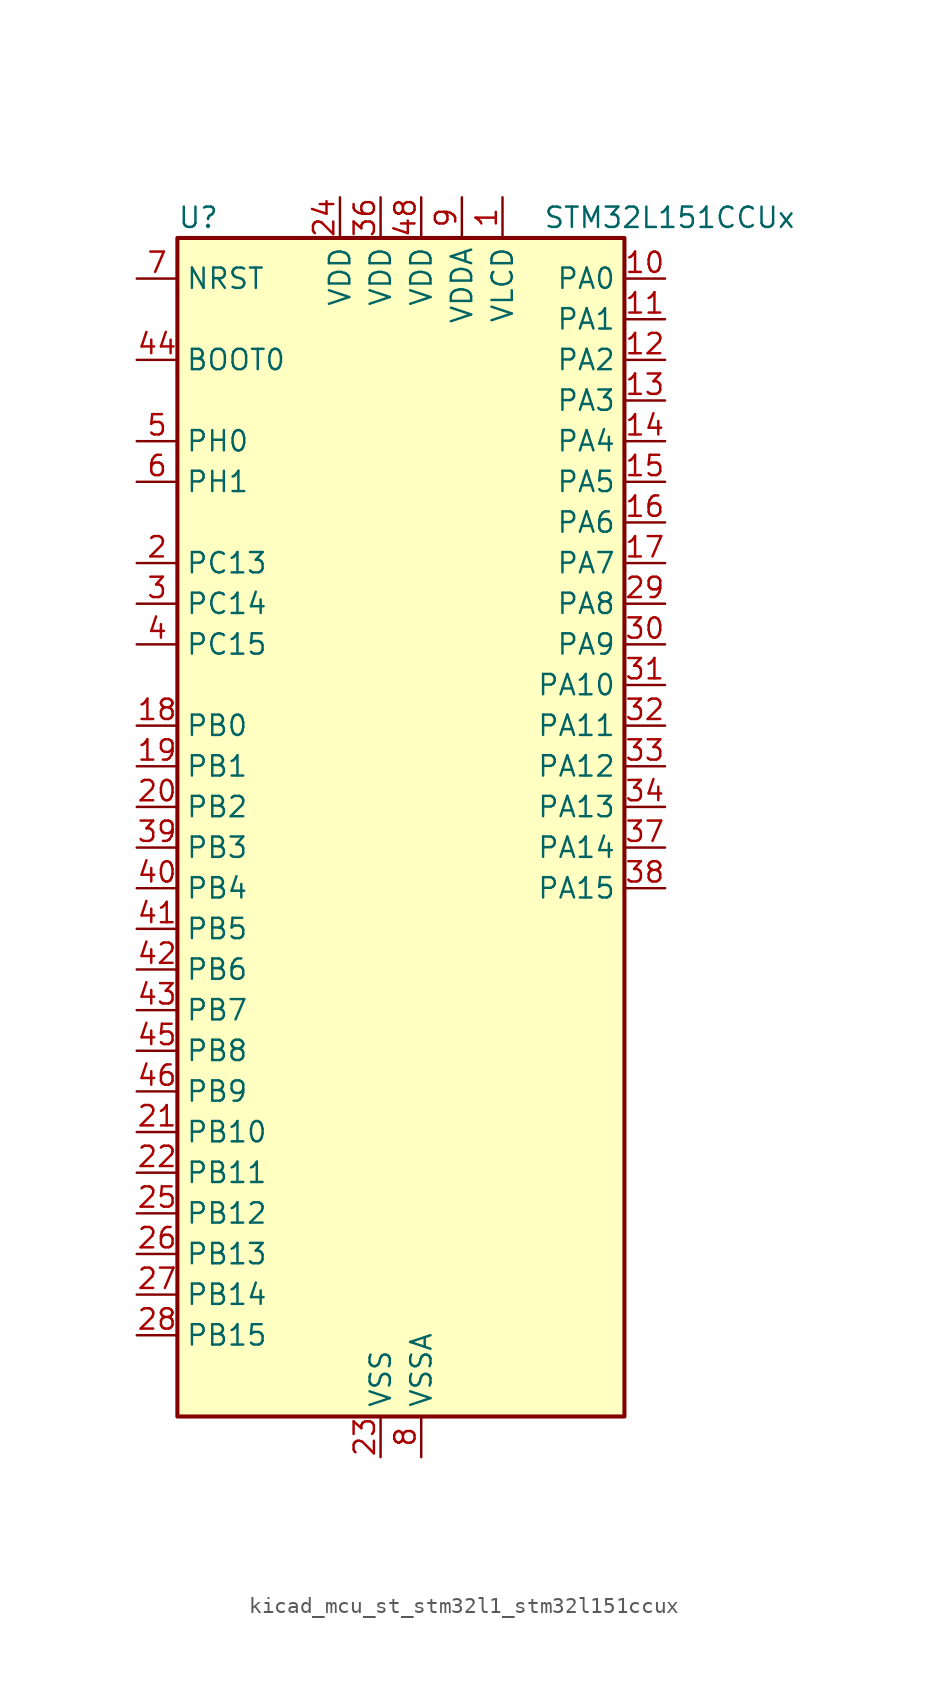
<source format=kicad_sym>
(kicad_symbol_lib
  (version 20220914)
  (generator kicad_symbol_editor)
  (symbol "kicad_mcu_st_stm32l1_stm32l151ccux"
    (property "Reference" "U"
      (at -12.7 39.37 0)
      (effects (font (size 1.27 1.27)) (justify left)))
    (property "Value" "STM32L151CCUx"
      (at 10.16 39.37 0)
      (effects (font (size 1.27 1.27)) (justify left)))
    (property "ki_locked" ""
      (at 0 0 0)
      (effects (font (size 1.27 1.27))))
    (symbol "kicad_mcu_st_stm32l1_stm32l151ccux_0_1"
      (rectangle (start -12.7 -35.56) (end 15.24 38.1) (stroke (width 0.254) (type default)) (fill (type background))))
    (symbol "kicad_mcu_st_stm32l1_stm32l151ccux_1_1"
      (pin power_in line (at 7.62 40.64 270) (length 2.54) (name "VLCD" (effects (font (size 1.27 1.27)))) (number "1" (effects (font (size 1.27 1.27)))))
      (pin bidirectional line (at 17.78 35.56 180) (length 2.54) (name "PA0" (effects (font (size 1.27 1.27)))) (number "10" (effects (font (size 1.27 1.27)))) (alternate "ADC_IN0" bidirectional line) (alternate "COMP1_INP" bidirectional line) (alternate "RTC_TAMP2" bidirectional line) (alternate "SYS_WKUP1" bidirectional line) (alternate "TIM2_CH1" bidirectional line) (alternate "TIM2_ETR" bidirectional line) (alternate "TIM5_CH1" bidirectional line) (alternate "TIMX_IC1" bidirectional line) (alternate "TS_G1_IO1" bidirectional line) (alternate "USART2_CTS" bidirectional line))
      (pin bidirectional line (at 17.78 33.02 180) (length 2.54) (name "PA1" (effects (font (size 1.27 1.27)))) (number "11" (effects (font (size 1.27 1.27)))) (alternate "ADC_IN1" bidirectional line) (alternate "COMP1_INP" bidirectional line) (alternate "OPAMP1_VINP" bidirectional line) (alternate "TIM2_CH2" bidirectional line) (alternate "TIM5_CH2" bidirectional line) (alternate "TIMX_IC2" bidirectional line) (alternate "TS_G1_IO2" bidirectional line) (alternate "USART2_RTS" bidirectional line))
      (pin bidirectional line (at 17.78 30.48 180) (length 2.54) (name "PA2" (effects (font (size 1.27 1.27)))) (number "12" (effects (font (size 1.27 1.27)))) (alternate "ADC_IN2" bidirectional line) (alternate "COMP1_INP" bidirectional line) (alternate "OPAMP1_VINM" bidirectional line) (alternate "TIM2_CH3" bidirectional line) (alternate "TIM5_CH3" bidirectional line) (alternate "TIM9_CH1" bidirectional line) (alternate "TIMX_IC3" bidirectional line) (alternate "TS_G1_IO3" bidirectional line) (alternate "USART2_TX" bidirectional line))
      (pin bidirectional line (at 17.78 27.94 180) (length 2.54) (name "PA3" (effects (font (size 1.27 1.27)))) (number "13" (effects (font (size 1.27 1.27)))) (alternate "ADC_IN3" bidirectional line) (alternate "COMP1_INP" bidirectional line) (alternate "OPAMP1_VOUT" bidirectional line) (alternate "TIM2_CH4" bidirectional line) (alternate "TIM5_CH4" bidirectional line) (alternate "TIM9_CH2" bidirectional line) (alternate "TIMX_IC4" bidirectional line) (alternate "TS_G1_IO4" bidirectional line) (alternate "USART2_RX" bidirectional line))
      (pin bidirectional line (at 17.78 25.4 180) (length 2.54) (name "PA4" (effects (font (size 1.27 1.27)))) (number "14" (effects (font (size 1.27 1.27)))) (alternate "ADC_IN4" bidirectional line) (alternate "COMP1_INP" bidirectional line) (alternate "DAC_OUT1" bidirectional line) (alternate "I2S3_WS" bidirectional line) (alternate "SPI1_NSS" bidirectional line) (alternate "SPI3_NSS" bidirectional line) (alternate "TIMX_IC1" bidirectional line) (alternate "USART2_CK" bidirectional line))
      (pin bidirectional line (at 17.78 22.86 180) (length 2.54) (name "PA5" (effects (font (size 1.27 1.27)))) (number "15" (effects (font (size 1.27 1.27)))) (alternate "ADC_IN5" bidirectional line) (alternate "COMP1_INP" bidirectional line) (alternate "DAC_OUT2" bidirectional line) (alternate "SPI1_SCK" bidirectional line) (alternate "TIM2_CH1" bidirectional line) (alternate "TIM2_ETR" bidirectional line) (alternate "TIMX_IC2" bidirectional line))
      (pin bidirectional line (at 17.78 20.32 180) (length 2.54) (name "PA6" (effects (font (size 1.27 1.27)))) (number "16" (effects (font (size 1.27 1.27)))) (alternate "ADC_IN6" bidirectional line) (alternate "COMP1_INP" bidirectional line) (alternate "OPAMP2_VINP" bidirectional line) (alternate "SPI1_MISO" bidirectional line) (alternate "TIM10_CH1" bidirectional line) (alternate "TIM3_CH1" bidirectional line) (alternate "TIMX_IC3" bidirectional line) (alternate "TS_G2_IO1" bidirectional line))
      (pin bidirectional line (at 17.78 17.78 180) (length 2.54) (name "PA7" (effects (font (size 1.27 1.27)))) (number "17" (effects (font (size 1.27 1.27)))) (alternate "ADC_IN7" bidirectional line) (alternate "COMP1_INP" bidirectional line) (alternate "OPAMP2_VINM" bidirectional line) (alternate "SPI1_MOSI" bidirectional line) (alternate "TIM11_CH1" bidirectional line) (alternate "TIM3_CH2" bidirectional line) (alternate "TIMX_IC4" bidirectional line) (alternate "TS_G2_IO2" bidirectional line))
      (pin bidirectional line (at -15.24 7.62 0) (length 2.54) (name "PB0" (effects (font (size 1.27 1.27)))) (number "18" (effects (font (size 1.27 1.27)))) (alternate "ADC_IN8" bidirectional line) (alternate "COMP1_INP" bidirectional line) (alternate "OPAMP2_VOUT" bidirectional line) (alternate "SYS_V_REF_OUT" bidirectional line) (alternate "TIM3_CH3" bidirectional line) (alternate "TS_G3_IO1" bidirectional line))
      (pin bidirectional line (at -15.24 5.08 0) (length 2.54) (name "PB1" (effects (font (size 1.27 1.27)))) (number "19" (effects (font (size 1.27 1.27)))) (alternate "ADC_IN9" bidirectional line) (alternate "COMP1_INP" bidirectional line) (alternate "SYS_V_REF_OUT" bidirectional line) (alternate "TIM3_CH4" bidirectional line) (alternate "TS_G3_IO2" bidirectional line))
      (pin bidirectional line (at -15.24 17.78 0) (length 2.54) (name "PC13" (effects (font (size 1.27 1.27)))) (number "2" (effects (font (size 1.27 1.27)))) (alternate "RTC_OUT_ALARM" bidirectional line) (alternate "RTC_OUT_CALIB" bidirectional line) (alternate "RTC_TAMP1" bidirectional line) (alternate "RTC_TS" bidirectional line) (alternate "SYS_WKUP2" bidirectional line) (alternate "TIMX_IC2" bidirectional line))
      (pin bidirectional line (at -15.24 2.54 0) (length 2.54) (name "PB2" (effects (font (size 1.27 1.27)))) (number "20" (effects (font (size 1.27 1.27)))) (alternate "TS_G3_IO3" bidirectional line))
      (pin bidirectional line (at -15.24 -17.78 0) (length 2.54) (name "PB10" (effects (font (size 1.27 1.27)))) (number "21" (effects (font (size 1.27 1.27)))) (alternate "I2C2_SCL" bidirectional line) (alternate "TIM2_CH3" bidirectional line) (alternate "USART3_TX" bidirectional line))
      (pin bidirectional line (at -15.24 -20.32 0) (length 2.54) (name "PB11" (effects (font (size 1.27 1.27)))) (number "22" (effects (font (size 1.27 1.27)))) (alternate "ADC_EXTI11" bidirectional line) (alternate "I2C2_SDA" bidirectional line) (alternate "TIM2_CH4" bidirectional line) (alternate "USART3_RX" bidirectional line))
      (pin power_in line (at 0 -38.1 90) (length 2.54) (name "VSS" (effects (font (size 1.27 1.27)))) (number "23" (effects (font (size 1.27 1.27)))))
      (pin power_in line (at -2.54 40.64 270) (length 2.54) (name "VDD" (effects (font (size 1.27 1.27)))) (number "24" (effects (font (size 1.27 1.27)))))
      (pin bidirectional line (at -15.24 -22.86 0) (length 2.54) (name "PB12" (effects (font (size 1.27 1.27)))) (number "25" (effects (font (size 1.27 1.27)))) (alternate "ADC_IN18" bidirectional line) (alternate "COMP1_INP" bidirectional line) (alternate "I2C2_SMBA" bidirectional line) (alternate "I2S2_WS" bidirectional line) (alternate "SPI2_NSS" bidirectional line) (alternate "TIM10_CH1" bidirectional line) (alternate "TS_G7_IO1" bidirectional line) (alternate "USART3_CK" bidirectional line))
      (pin bidirectional line (at -15.24 -25.4 0) (length 2.54) (name "PB13" (effects (font (size 1.27 1.27)))) (number "26" (effects (font (size 1.27 1.27)))) (alternate "ADC_IN19" bidirectional line) (alternate "COMP1_INP" bidirectional line) (alternate "I2S2_CK" bidirectional line) (alternate "SPI2_SCK" bidirectional line) (alternate "TIM9_CH1" bidirectional line) (alternate "TS_G7_IO2" bidirectional line) (alternate "USART3_CTS" bidirectional line))
      (pin bidirectional line (at -15.24 -27.94 0) (length 2.54) (name "PB14" (effects (font (size 1.27 1.27)))) (number "27" (effects (font (size 1.27 1.27)))) (alternate "ADC_IN20" bidirectional line) (alternate "COMP1_INP" bidirectional line) (alternate "SPI2_MISO" bidirectional line) (alternate "TIM9_CH2" bidirectional line) (alternate "TS_G7_IO3" bidirectional line) (alternate "USART3_RTS" bidirectional line))
      (pin bidirectional line (at -15.24 -30.48 0) (length 2.54) (name "PB15" (effects (font (size 1.27 1.27)))) (number "28" (effects (font (size 1.27 1.27)))) (alternate "ADC_EXTI15" bidirectional line) (alternate "ADC_IN21" bidirectional line) (alternate "COMP1_INP" bidirectional line) (alternate "I2S2_SD" bidirectional line) (alternate "RTC_REFIN" bidirectional line) (alternate "SPI2_MOSI" bidirectional line) (alternate "TIM11_CH1" bidirectional line) (alternate "TS_G7_IO4" bidirectional line))
      (pin bidirectional line (at 17.78 15.24 180) (length 2.54) (name "PA8" (effects (font (size 1.27 1.27)))) (number "29" (effects (font (size 1.27 1.27)))) (alternate "RCC_MCO" bidirectional line) (alternate "TIMX_IC1" bidirectional line) (alternate "TS_G4_IO1" bidirectional line) (alternate "USART1_CK" bidirectional line))
      (pin bidirectional line (at -15.24 15.24 0) (length 2.54) (name "PC14" (effects (font (size 1.27 1.27)))) (number "3" (effects (font (size 1.27 1.27)))) (alternate "RCC_OSC32_IN" bidirectional line) (alternate "TIMX_IC3" bidirectional line))
      (pin bidirectional line (at 17.78 12.7 180) (length 2.54) (name "PA9" (effects (font (size 1.27 1.27)))) (number "30" (effects (font (size 1.27 1.27)))) (alternate "DAC_EXTI9" bidirectional line) (alternate "TIMX_IC2" bidirectional line) (alternate "TS_G4_IO2" bidirectional line) (alternate "USART1_TX" bidirectional line))
      (pin bidirectional line (at 17.78 10.16 180) (length 2.54) (name "PA10" (effects (font (size 1.27 1.27)))) (number "31" (effects (font (size 1.27 1.27)))) (alternate "TIMX_IC3" bidirectional line) (alternate "TS_G4_IO3" bidirectional line) (alternate "USART1_RX" bidirectional line))
      (pin bidirectional line (at 17.78 7.62 180) (length 2.54) (name "PA11" (effects (font (size 1.27 1.27)))) (number "32" (effects (font (size 1.27 1.27)))) (alternate "ADC_EXTI11" bidirectional line) (alternate "SPI1_MISO" bidirectional line) (alternate "TIMX_IC4" bidirectional line) (alternate "USART1_CTS" bidirectional line) (alternate "USB_DM" bidirectional line))
      (pin bidirectional line (at 17.78 5.08 180) (length 2.54) (name "PA12" (effects (font (size 1.27 1.27)))) (number "33" (effects (font (size 1.27 1.27)))) (alternate "SPI1_MOSI" bidirectional line) (alternate "TIMX_IC1" bidirectional line) (alternate "USART1_RTS" bidirectional line) (alternate "USB_DP" bidirectional line))
      (pin bidirectional line (at 17.78 2.54 180) (length 2.54) (name "PA13" (effects (font (size 1.27 1.27)))) (number "34" (effects (font (size 1.27 1.27)))) (alternate "SYS_JTMS-SWDIO" bidirectional line) (alternate "TIMX_IC2" bidirectional line) (alternate "TS_G5_IO1" bidirectional line))
      (pin passive line (at 0 -38.1 90) (length 2.54) hide (name "VSS" (effects (font (size 1.27 1.27)))) (number "35" (effects (font (size 1.27 1.27)))))
      (pin power_in line (at 0 40.64 270) (length 2.54) (name "VDD" (effects (font (size 1.27 1.27)))) (number "36" (effects (font (size 1.27 1.27)))))
      (pin bidirectional line (at 17.78 0 180) (length 2.54) (name "PA14" (effects (font (size 1.27 1.27)))) (number "37" (effects (font (size 1.27 1.27)))) (alternate "SYS_JTCK-SWCLK" bidirectional line) (alternate "TIMX_IC3" bidirectional line) (alternate "TS_G5_IO2" bidirectional line))
      (pin bidirectional line (at 17.78 -2.54 180) (length 2.54) (name "PA15" (effects (font (size 1.27 1.27)))) (number "38" (effects (font (size 1.27 1.27)))) (alternate "ADC_EXTI15" bidirectional line) (alternate "I2S3_WS" bidirectional line) (alternate "SPI1_NSS" bidirectional line) (alternate "SPI3_NSS" bidirectional line) (alternate "SYS_JTDI" bidirectional line) (alternate "TIM2_CH1" bidirectional line) (alternate "TIM2_ETR" bidirectional line) (alternate "TIMX_IC4" bidirectional line) (alternate "TS_G5_IO3" bidirectional line))
      (pin bidirectional line (at -15.24 0 0) (length 2.54) (name "PB3" (effects (font (size 1.27 1.27)))) (number "39" (effects (font (size 1.27 1.27)))) (alternate "COMP2_INM" bidirectional line) (alternate "I2S3_CK" bidirectional line) (alternate "SPI1_SCK" bidirectional line) (alternate "SPI3_SCK" bidirectional line) (alternate "SYS_JTDO-TRACESWO" bidirectional line) (alternate "TIM2_CH2" bidirectional line))
      (pin bidirectional line (at -15.24 12.7 0) (length 2.54) (name "PC15" (effects (font (size 1.27 1.27)))) (number "4" (effects (font (size 1.27 1.27)))) (alternate "ADC_EXTI15" bidirectional line) (alternate "RCC_OSC32_OUT" bidirectional line) (alternate "TIMX_IC4" bidirectional line))
      (pin bidirectional line (at -15.24 -2.54 0) (length 2.54) (name "PB4" (effects (font (size 1.27 1.27)))) (number "40" (effects (font (size 1.27 1.27)))) (alternate "COMP2_INP" bidirectional line) (alternate "SPI1_MISO" bidirectional line) (alternate "SPI3_MISO" bidirectional line) (alternate "SYS_JTRST" bidirectional line) (alternate "TIM3_CH1" bidirectional line) (alternate "TS_G6_IO1" bidirectional line))
      (pin bidirectional line (at -15.24 -5.08 0) (length 2.54) (name "PB5" (effects (font (size 1.27 1.27)))) (number "41" (effects (font (size 1.27 1.27)))) (alternate "COMP2_INP" bidirectional line) (alternate "I2C1_SMBA" bidirectional line) (alternate "I2S3_SD" bidirectional line) (alternate "SPI1_MOSI" bidirectional line) (alternate "SPI3_MOSI" bidirectional line) (alternate "TIM3_CH2" bidirectional line) (alternate "TS_G6_IO2" bidirectional line))
      (pin bidirectional line (at -15.24 -7.62 0) (length 2.54) (name "PB6" (effects (font (size 1.27 1.27)))) (number "42" (effects (font (size 1.27 1.27)))) (alternate "COMP2_INP" bidirectional line) (alternate "I2C1_SCL" bidirectional line) (alternate "TIM4_CH1" bidirectional line) (alternate "TS_G6_IO3" bidirectional line) (alternate "USART1_TX" bidirectional line))
      (pin bidirectional line (at -15.24 -10.16 0) (length 2.54) (name "PB7" (effects (font (size 1.27 1.27)))) (number "43" (effects (font (size 1.27 1.27)))) (alternate "COMP2_INP" bidirectional line) (alternate "I2C1_SDA" bidirectional line) (alternate "SYS_PVD_IN" bidirectional line) (alternate "TIM4_CH2" bidirectional line) (alternate "TS_G6_IO4" bidirectional line) (alternate "USART1_RX" bidirectional line))
      (pin input line (at -15.24 30.48 0) (length 2.54) (name "BOOT0" (effects (font (size 1.27 1.27)))) (number "44" (effects (font (size 1.27 1.27)))))
      (pin bidirectional line (at -15.24 -12.7 0) (length 2.54) (name "PB8" (effects (font (size 1.27 1.27)))) (number "45" (effects (font (size 1.27 1.27)))) (alternate "I2C1_SCL" bidirectional line) (alternate "TIM10_CH1" bidirectional line) (alternate "TIM4_CH3" bidirectional line))
      (pin bidirectional line (at -15.24 -15.24 0) (length 2.54) (name "PB9" (effects (font (size 1.27 1.27)))) (number "46" (effects (font (size 1.27 1.27)))) (alternate "DAC_EXTI9" bidirectional line) (alternate "I2C1_SDA" bidirectional line) (alternate "TIM11_CH1" bidirectional line) (alternate "TIM4_CH4" bidirectional line))
      (pin passive line (at 0 -38.1 90) (length 2.54) hide (name "VSS" (effects (font (size 1.27 1.27)))) (number "47" (effects (font (size 1.27 1.27)))))
      (pin power_in line (at 2.54 40.64 270) (length 2.54) (name "VDD" (effects (font (size 1.27 1.27)))) (number "48" (effects (font (size 1.27 1.27)))))
      (pin passive line (at 0 -38.1 90) (length 2.54) hide (name "VSS" (effects (font (size 1.27 1.27)))) (number "49" (effects (font (size 1.27 1.27)))))
      (pin bidirectional line (at -15.24 25.4 0) (length 2.54) (name "PH0" (effects (font (size 1.27 1.27)))) (number "5" (effects (font (size 1.27 1.27)))) (alternate "RCC_OSC_IN" bidirectional line))
      (pin bidirectional line (at -15.24 22.86 0) (length 2.54) (name "PH1" (effects (font (size 1.27 1.27)))) (number "6" (effects (font (size 1.27 1.27)))) (alternate "RCC_OSC_OUT" bidirectional line))
      (pin input line (at -15.24 35.56 0) (length 2.54) (name "NRST" (effects (font (size 1.27 1.27)))) (number "7" (effects (font (size 1.27 1.27)))))
      (pin power_in line (at 2.54 -38.1 90) (length 2.54) (name "VSSA" (effects (font (size 1.27 1.27)))) (number "8" (effects (font (size 1.27 1.27)))))
      (pin power_in line (at 5.08 40.64 270) (length 2.54) (name "VDDA" (effects (font (size 1.27 1.27)))) (number "9" (effects (font (size 1.27 1.27))))))))
</source>
